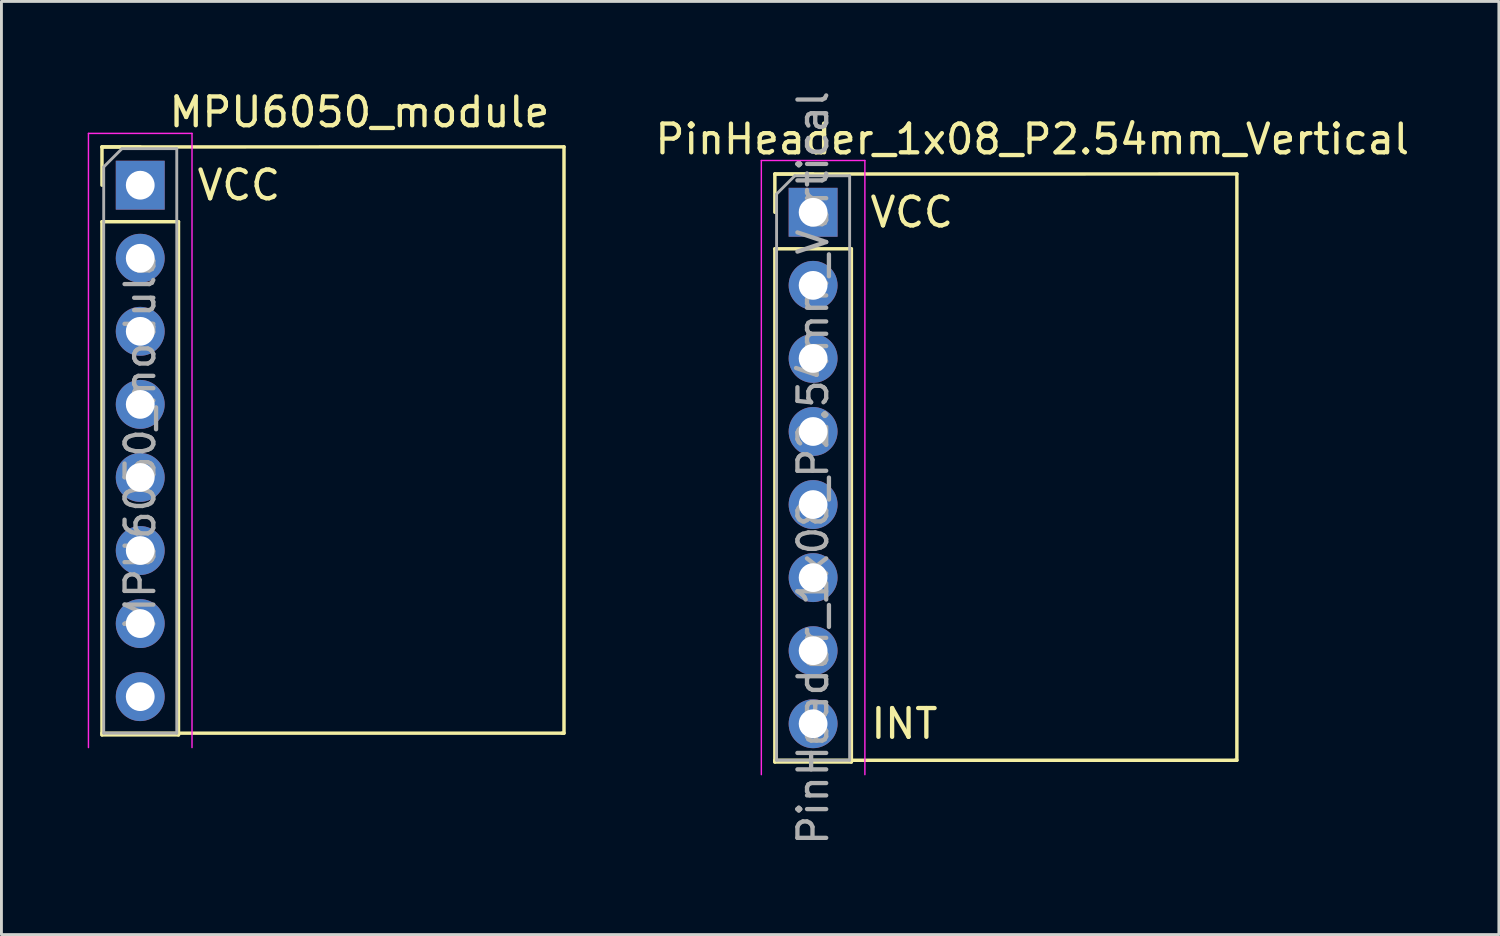
<source format=kicad_pcb>
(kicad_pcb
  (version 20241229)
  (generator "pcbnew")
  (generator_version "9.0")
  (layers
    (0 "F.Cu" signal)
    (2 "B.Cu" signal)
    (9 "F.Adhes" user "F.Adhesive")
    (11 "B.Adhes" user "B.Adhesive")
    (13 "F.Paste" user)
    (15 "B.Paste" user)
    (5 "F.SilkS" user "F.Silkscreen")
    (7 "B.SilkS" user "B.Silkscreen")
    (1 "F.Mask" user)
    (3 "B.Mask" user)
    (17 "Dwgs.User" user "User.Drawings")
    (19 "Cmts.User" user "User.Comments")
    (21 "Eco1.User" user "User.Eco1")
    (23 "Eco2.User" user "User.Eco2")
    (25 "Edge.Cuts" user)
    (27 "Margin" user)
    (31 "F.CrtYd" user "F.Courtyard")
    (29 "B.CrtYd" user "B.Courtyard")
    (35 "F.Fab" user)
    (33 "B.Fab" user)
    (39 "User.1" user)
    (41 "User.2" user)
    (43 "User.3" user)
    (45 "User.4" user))
  (footprint "MPU6050_module"
    (layer "F.Cu")
    (at 1.825 3.388)
    (property "Reference" "MPU6050_module" (at 7.62 -2.54 0) (layer "F.SilkS") (effects (font (size 1 1) (thickness 0.15))))
    (attr through_hole)
    (fp_line (start -1.333 19.05) (end 14.668 19.05) (stroke (width 0.12) (type solid)) (layer "F.SilkS"))
    (fp_line (start -1.33 -1.33) (end 0 -1.33) (stroke (width 0.12) (type solid)) (layer "F.SilkS"))
    (fp_line (start -1.33 -1.33) (end 14.732 -1.333) (stroke (width 0.12) (type solid)) (layer "F.SilkS"))
    (fp_line (start -1.33 0) (end -1.33 -1.33) (stroke (width 0.12) (type solid)) (layer "F.SilkS"))
    (fp_line (start -1.33 1.27) (end -1.33 19.11) (stroke (width 0.12) (type solid)) (layer "F.SilkS"))
    (fp_line (start -1.33 1.27) (end 1.33 1.27) (stroke (width 0.12) (type solid)) (layer "F.SilkS"))
    (fp_line (start -1.33 19.11) (end 1.33 19.11) (stroke (width 0.12) (type solid)) (layer "F.SilkS"))
    (fp_line (start 1.33 1.27) (end 1.33 19.11) (stroke (width 0.12) (type solid)) (layer "F.SilkS"))
    (fp_line (start 14.732 -1.333) (end 14.732 19.05) (stroke (width 0.12) (type solid)) (layer "F.SilkS"))
    (fp_line (start 14.732 19.05) (end 14.668 19.05) (stroke (width 0.12) (type solid)) (layer "F.SilkS"))
    (fp_line (start -1.8 -1.8) (end -1.8 19.55) (stroke (width 0.05) (type solid)) (layer "F.CrtYd"))
    (fp_line (start 1.8 -1.8) (end -1.8 -1.8) (stroke (width 0.05) (type solid)) (layer "F.CrtYd"))
    (fp_line (start 1.8 19.55) (end 1.8 -1.8) (stroke (width 0.05) (type solid)) (layer "F.CrtYd"))
    (fp_line (start -1.27 -0.635) (end -0.635 -1.27) (stroke (width 0.1) (type solid)) (layer "F.Fab"))
    (fp_line (start -1.27 19.05) (end -1.27 -0.635) (stroke (width 0.1) (type solid)) (layer "F.Fab"))
    (fp_line (start -0.635 -1.27) (end 1.27 -1.27) (stroke (width 0.1) (type solid)) (layer "F.Fab"))
    (fp_line (start 1.27 -1.27) (end 1.27 19.05) (stroke (width 0.1) (type solid)) (layer "F.Fab"))
    (fp_line (start 1.27 19.05) (end -1.27 19.05) (stroke (width 0.1) (type solid)) (layer "F.Fab"))
    (fp_text user "VCC" (at 3.429 0 0) (layer "F.SilkS") (effects (font (size 1 1) (thickness 0.15))))
    (fp_text user "${REFERENCE}" (at 0 8.89 90) (layer "F.Fab") (effects (font (size 1 1) (thickness 0.15))))
    (pad "1" thru_hole rect (at 0 0) (size 1.7 1.7) (drill 1) (layers "*.Cu" "*.Mask"))
    (pad "2" thru_hole oval (at 0 2.54) (size 1.7 1.7) (drill 1) (layers "*.Cu" "*.Mask"))
    (pad "3" thru_hole oval (at 0 5.08) (size 1.7 1.7) (drill 1) (layers "*.Cu" "*.Mask"))
    (pad "4" thru_hole oval (at 0 7.62) (size 1.7 1.7) (drill 1) (layers "*.Cu" "*.Mask"))
    (pad "5" thru_hole oval (at 0 10.16) (size 1.7 1.7) (drill 1) (layers "*.Cu" "*.Mask"))
    (pad "6" thru_hole oval (at 0 12.7) (size 1.7 1.7) (drill 1) (layers "*.Cu" "*.Mask"))
    (pad "7" thru_hole oval (at 0 15.24) (size 1.7 1.7) (drill 1) (layers "*.Cu" "*.Mask"))
    (pad "8" thru_hole oval (at 0 17.78) (size 1.7 1.7) (drill 1) (layers "*.Cu" "*.Mask")))
  (footprint "PinHeader_1x08_P2.54mm_Vertical"
    (layer "F.Cu")
    (at 32.837 14.49)
    (property "Reference" "PinHeader_1x08_P2.54mm_Vertical" (at 0 -12.7 0) (layer "F.SilkS") (effects (font (size 1 1) (thickness 0.15))))
    (attr through_hole)
    (fp_line (start -8.954 8.89) (end 7.048 8.89) (stroke (width 0.12) (type solid)) (layer "F.SilkS"))
    (fp_line (start -8.95 -11.49) (end -7.62 -11.49) (stroke (width 0.12) (type solid)) (layer "F.SilkS"))
    (fp_line (start -8.95 -11.49) (end 7.112 -11.493) (stroke (width 0.12) (type solid)) (layer "F.SilkS"))
    (fp_line (start -8.95 -10.16) (end -8.95 -11.49) (stroke (width 0.12) (type solid)) (layer "F.SilkS"))
    (fp_line (start -8.95 -8.89) (end -8.95 8.95) (stroke (width 0.12) (type solid)) (layer "F.SilkS"))
    (fp_line (start -8.95 -8.89) (end -6.29 -8.89) (stroke (width 0.12) (type solid)) (layer "F.SilkS"))
    (fp_line (start -8.95 8.95) (end -6.29 8.95) (stroke (width 0.12) (type solid)) (layer "F.SilkS"))
    (fp_line (start -6.29 -8.89) (end -6.29 8.95) (stroke (width 0.12) (type solid)) (layer "F.SilkS"))
    (fp_line (start 7.112 -11.493) (end 7.112 8.89) (stroke (width 0.12) (type solid)) (layer "F.SilkS"))
    (fp_line (start 7.112 8.89) (end 7.048 8.89) (stroke (width 0.12) (type solid)) (layer "F.SilkS"))
    (fp_line (start -9.42 -11.96) (end -9.42 9.39) (stroke (width 0.05) (type solid)) (layer "F.CrtYd"))
    (fp_line (start -5.82 -11.96) (end -9.42 -11.96) (stroke (width 0.05) (type solid)) (layer "F.CrtYd"))
    (fp_line (start -5.82 9.39) (end -5.82 -11.96) (stroke (width 0.05) (type solid)) (layer "F.CrtYd"))
    (fp_line (start -8.89 -10.795) (end -8.255 -11.43) (stroke (width 0.1) (type solid)) (layer "F.Fab"))
    (fp_line (start -8.89 8.89) (end -8.89 -10.795) (stroke (width 0.1) (type solid)) (layer "F.Fab"))
    (fp_line (start -8.255 -11.43) (end -6.35 -11.43) (stroke (width 0.1) (type solid)) (layer "F.Fab"))
    (fp_line (start -6.35 -11.43) (end -6.35 8.89) (stroke (width 0.1) (type solid)) (layer "F.Fab"))
    (fp_line (start -6.35 8.89) (end -8.89 8.89) (stroke (width 0.1) (type solid)) (layer "F.Fab"))
    (fp_text user "VCC" (at -4.191 -10.16 0) (layer "F.SilkS") (effects (font (size 1 1) (thickness 0.15))))
    (fp_text user "INT" (at -4.445 7.62 0) (layer "F.SilkS") (effects (font (size 1 1) (thickness 0.15))))
    (fp_text user "${REFERENCE}" (at -7.62 -1.27 90) (layer "F.Fab") (effects (font (size 1 1) (thickness 0.15))))
    (pad "1" thru_hole rect (at -7.62 -10.16) (size 1.7 1.7) (drill 1) (layers "*.Cu" "*.Mask"))
    (pad "2" thru_hole oval (at -7.62 -7.62) (size 1.7 1.7) (drill 1) (layers "*.Cu" "*.Mask"))
    (pad "3" thru_hole oval (at -7.62 -5.08) (size 1.7 1.7) (drill 1) (layers "*.Cu" "*.Mask"))
    (pad "4" thru_hole oval (at -7.62 -2.54) (size 1.7 1.7) (drill 1) (layers "*.Cu" "*.Mask"))
    (pad "5" thru_hole oval (at -7.62 0) (size 1.7 1.7) (drill 1) (layers "*.Cu" "*.Mask"))
    (pad "6" thru_hole oval (at -7.62 2.54) (size 1.7 1.7) (drill 1) (layers "*.Cu" "*.Mask"))
    (pad "7" thru_hole oval (at -7.62 5.08) (size 1.7 1.7) (drill 1) (layers "*.Cu" "*.Mask"))
    (pad "8" thru_hole oval (at -7.62 7.62) (size 1.7 1.7) (drill 1) (layers "*.Cu" "*.Mask")))
  (gr_rect
    (start -3 -3)
    (end 49.057 29.44)
    (stroke (width 0.1) (type default))
    (fill no)
    (layer "Edge.Cuts")))
</source>
